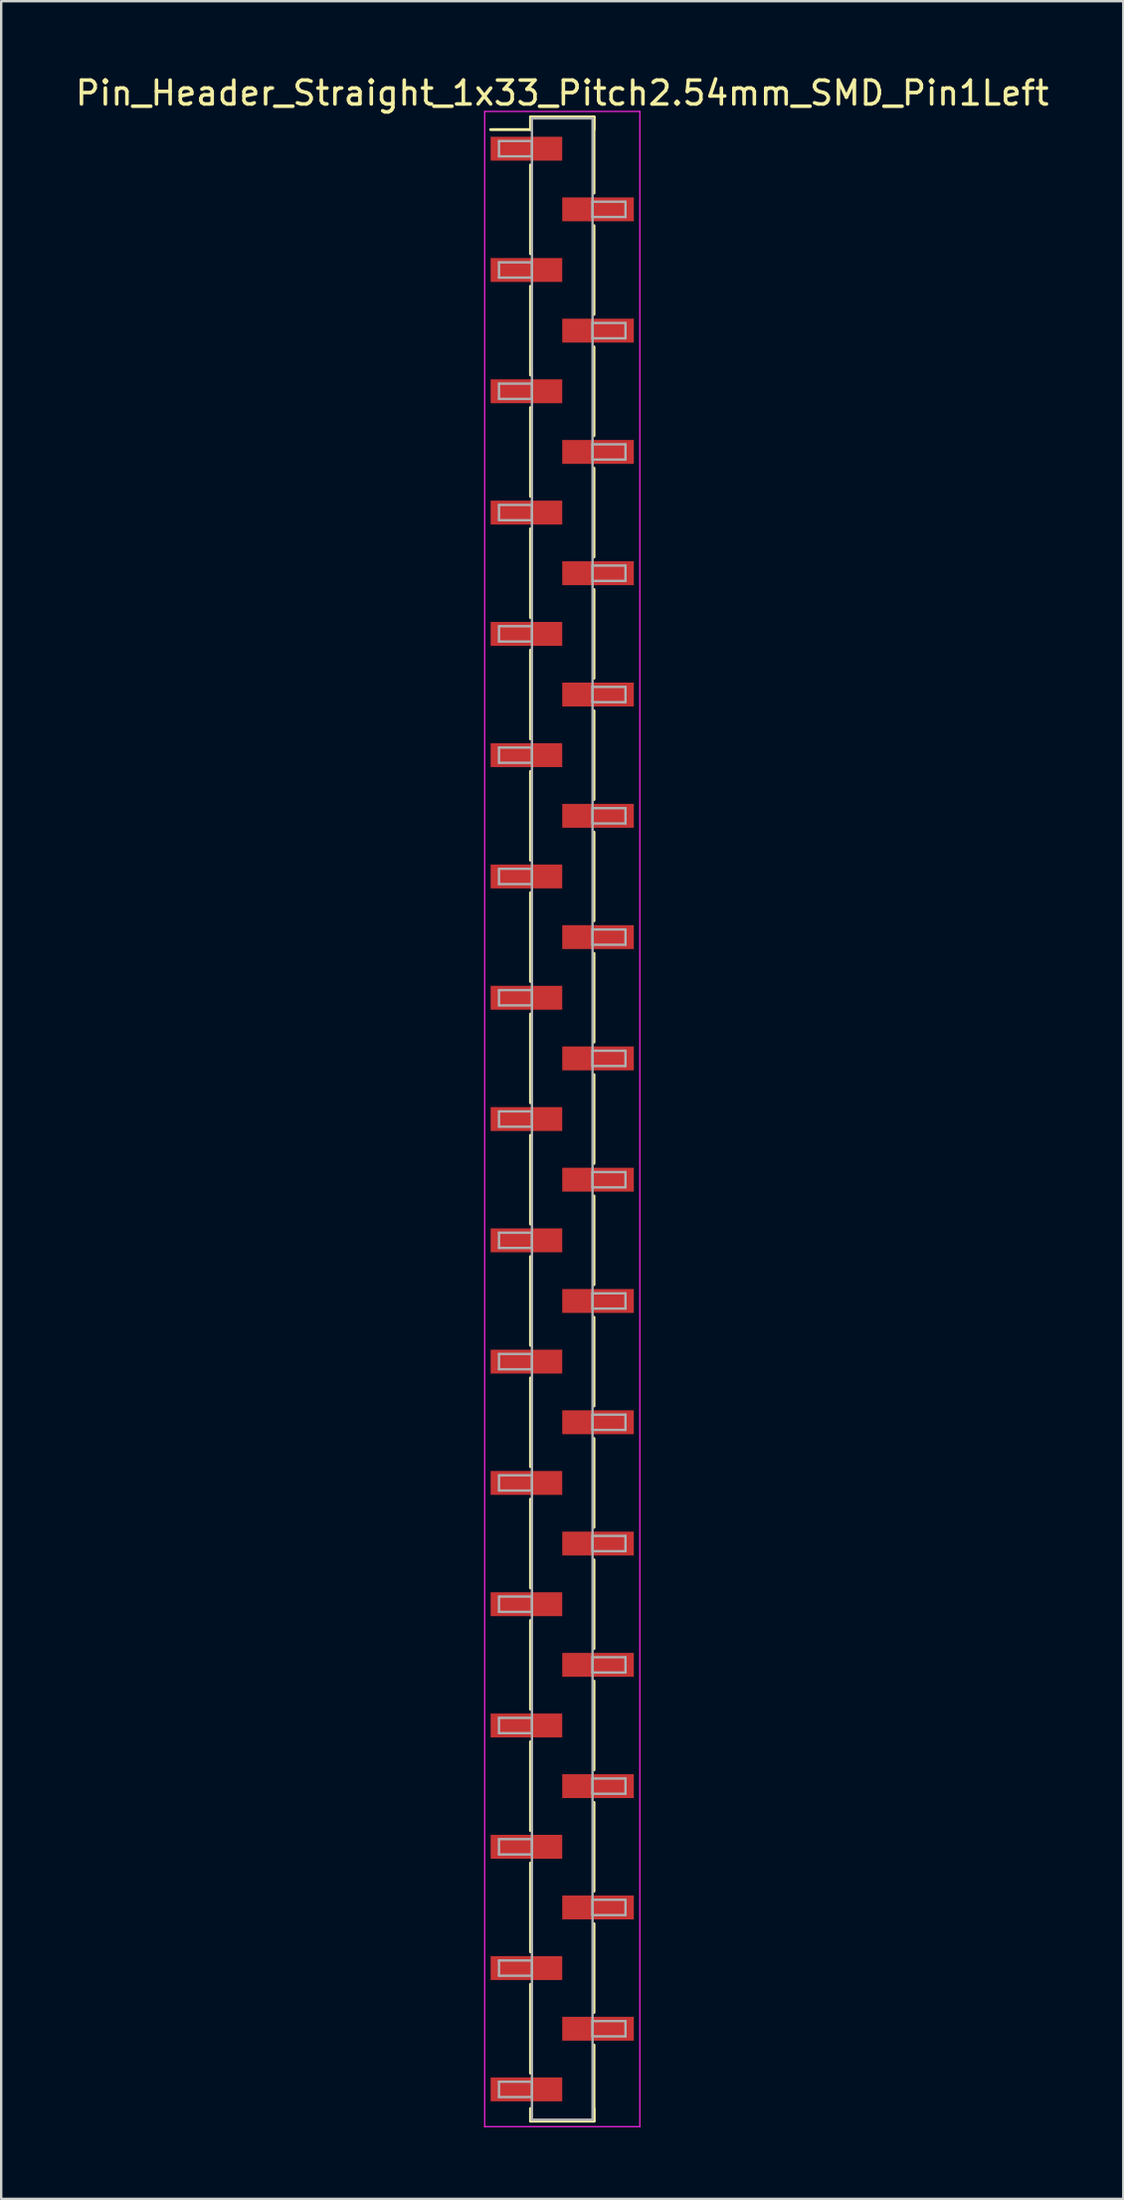
<source format=kicad_pcb>
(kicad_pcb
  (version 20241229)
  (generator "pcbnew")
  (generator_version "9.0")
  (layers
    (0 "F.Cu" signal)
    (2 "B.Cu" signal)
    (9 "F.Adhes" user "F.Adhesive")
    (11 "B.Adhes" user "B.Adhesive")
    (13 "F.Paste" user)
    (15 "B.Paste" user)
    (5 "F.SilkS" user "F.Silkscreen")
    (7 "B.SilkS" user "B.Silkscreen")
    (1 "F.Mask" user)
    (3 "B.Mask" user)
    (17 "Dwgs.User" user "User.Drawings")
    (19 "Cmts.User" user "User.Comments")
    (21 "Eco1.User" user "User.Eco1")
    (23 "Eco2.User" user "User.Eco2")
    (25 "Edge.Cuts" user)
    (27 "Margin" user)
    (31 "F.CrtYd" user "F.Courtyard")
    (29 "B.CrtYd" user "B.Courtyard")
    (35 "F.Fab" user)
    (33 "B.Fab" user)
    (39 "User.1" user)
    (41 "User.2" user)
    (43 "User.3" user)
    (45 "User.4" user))
  (footprint "Pin_Header_Straight_1x33_Pitch2.54mm_SMD_Pin1Left"
    (layer "F.Cu")
    (at 20.506 43.818)
    (property "Reference" "Pin_Header_Straight_1x33_Pitch2.54mm_SMD_Pin1Left" (at 0 -42.97 0) (layer "F.SilkS") (effects (font (size 1 1) (thickness 0.15))))
    (attr smd)
    (fp_line (start -1.33 -41.97) (end 1.33 -41.97) (stroke (width 0.12) (type solid)) (layer "F.SilkS"))
    (fp_line (start -1.33 -41.44) (end -3 -41.44) (stroke (width 0.12) (type solid)) (layer "F.SilkS"))
    (fp_line (start -1.33 -41.44) (end -1.33 -41.97) (stroke (width 0.12) (type solid)) (layer "F.SilkS"))
    (fp_line (start -1.33 -39.96) (end -1.33 -36.24) (stroke (width 0.12) (type solid)) (layer "F.SilkS"))
    (fp_line (start -1.33 -34.88) (end -1.33 -31.16) (stroke (width 0.12) (type solid)) (layer "F.SilkS"))
    (fp_line (start -1.33 -29.8) (end -1.33 -26.08) (stroke (width 0.12) (type solid)) (layer "F.SilkS"))
    (fp_line (start -1.33 -24.72) (end -1.33 -21) (stroke (width 0.12) (type solid)) (layer "F.SilkS"))
    (fp_line (start -1.33 -19.64) (end -1.33 -15.92) (stroke (width 0.12) (type solid)) (layer "F.SilkS"))
    (fp_line (start -1.33 -14.56) (end -1.33 -10.84) (stroke (width 0.12) (type solid)) (layer "F.SilkS"))
    (fp_line (start -1.33 -9.48) (end -1.33 -5.76) (stroke (width 0.12) (type solid)) (layer "F.SilkS"))
    (fp_line (start -1.33 -4.4) (end -1.33 -0.68) (stroke (width 0.12) (type solid)) (layer "F.SilkS"))
    (fp_line (start -1.33 0.68) (end -1.33 4.4) (stroke (width 0.12) (type solid)) (layer "F.SilkS"))
    (fp_line (start -1.33 5.76) (end -1.33 9.48) (stroke (width 0.12) (type solid)) (layer "F.SilkS"))
    (fp_line (start -1.33 10.84) (end -1.33 14.56) (stroke (width 0.12) (type solid)) (layer "F.SilkS"))
    (fp_line (start -1.33 15.92) (end -1.33 19.64) (stroke (width 0.12) (type solid)) (layer "F.SilkS"))
    (fp_line (start -1.33 21) (end -1.33 24.72) (stroke (width 0.12) (type solid)) (layer "F.SilkS"))
    (fp_line (start -1.33 26.08) (end -1.33 29.8) (stroke (width 0.12) (type solid)) (layer "F.SilkS"))
    (fp_line (start -1.33 31.16) (end -1.33 34.88) (stroke (width 0.12) (type solid)) (layer "F.SilkS"))
    (fp_line (start -1.33 36.24) (end -1.33 39.96) (stroke (width 0.12) (type solid)) (layer "F.SilkS"))
    (fp_line (start -1.33 41.44) (end -1.33 41.97) (stroke (width 0.12) (type solid)) (layer "F.SilkS"))
    (fp_line (start -1.33 41.97) (end 1.33 41.97) (stroke (width 0.12) (type solid)) (layer "F.SilkS"))
    (fp_line (start 1.33 -41.97) (end 1.33 -41.44) (stroke (width 0.12) (type solid)) (layer "F.SilkS"))
    (fp_line (start 1.33 -41.97) (end 1.33 -38.78) (stroke (width 0.12) (type solid)) (layer "F.SilkS"))
    (fp_line (start 1.33 -37.42) (end 1.33 -33.7) (stroke (width 0.12) (type solid)) (layer "F.SilkS"))
    (fp_line (start 1.33 -32.34) (end 1.33 -28.62) (stroke (width 0.12) (type solid)) (layer "F.SilkS"))
    (fp_line (start 1.33 -27.26) (end 1.33 -23.54) (stroke (width 0.12) (type solid)) (layer "F.SilkS"))
    (fp_line (start 1.33 -22.18) (end 1.33 -18.46) (stroke (width 0.12) (type solid)) (layer "F.SilkS"))
    (fp_line (start 1.33 -17.1) (end 1.33 -13.38) (stroke (width 0.12) (type solid)) (layer "F.SilkS"))
    (fp_line (start 1.33 -12.02) (end 1.33 -8.3) (stroke (width 0.12) (type solid)) (layer "F.SilkS"))
    (fp_line (start 1.33 -6.94) (end 1.33 -3.22) (stroke (width 0.12) (type solid)) (layer "F.SilkS"))
    (fp_line (start 1.33 -1.86) (end 1.33 1.86) (stroke (width 0.12) (type solid)) (layer "F.SilkS"))
    (fp_line (start 1.33 3.22) (end 1.33 6.94) (stroke (width 0.12) (type solid)) (layer "F.SilkS"))
    (fp_line (start 1.33 8.3) (end 1.33 12.02) (stroke (width 0.12) (type solid)) (layer "F.SilkS"))
    (fp_line (start 1.33 13.38) (end 1.33 17.1) (stroke (width 0.12) (type solid)) (layer "F.SilkS"))
    (fp_line (start 1.33 18.46) (end 1.33 22.18) (stroke (width 0.12) (type solid)) (layer "F.SilkS"))
    (fp_line (start 1.33 23.54) (end 1.33 27.26) (stroke (width 0.12) (type solid)) (layer "F.SilkS"))
    (fp_line (start 1.33 28.62) (end 1.33 32.34) (stroke (width 0.12) (type solid)) (layer "F.SilkS"))
    (fp_line (start 1.33 33.7) (end 1.33 37.42) (stroke (width 0.12) (type solid)) (layer "F.SilkS"))
    (fp_line (start 1.33 38.78) (end 1.33 41.97) (stroke (width 0.12) (type solid)) (layer "F.SilkS"))
    (fp_line (start 1.33 41.97) (end 1.33 41.44) (stroke (width 0.12) (type solid)) (layer "F.SilkS"))
    (fp_line (start -3.25 -42.2) (end -3.25 42.2) (stroke (width 0.05) (type solid)) (layer "F.CrtYd"))
    (fp_line (start -3.25 42.2) (end 3.25 42.2) (stroke (width 0.05) (type solid)) (layer "F.CrtYd"))
    (fp_line (start 3.25 -42.2) (end -3.25 -42.2) (stroke (width 0.05) (type solid)) (layer "F.CrtYd"))
    (fp_line (start 3.25 42.2) (end 3.25 -42.2) (stroke (width 0.05) (type solid)) (layer "F.CrtYd"))
    (fp_line (start -2.65 -40.96) (end -1.27 -40.96) (stroke (width 0.1) (type solid)) (layer "F.Fab"))
    (fp_line (start -2.65 -40.32) (end -2.65 -40.96) (stroke (width 0.1) (type solid)) (layer "F.Fab"))
    (fp_line (start -2.65 -35.88) (end -1.27 -35.88) (stroke (width 0.1) (type solid)) (layer "F.Fab"))
    (fp_line (start -2.65 -35.24) (end -2.65 -35.88) (stroke (width 0.1) (type solid)) (layer "F.Fab"))
    (fp_line (start -2.65 -30.8) (end -1.27 -30.8) (stroke (width 0.1) (type solid)) (layer "F.Fab"))
    (fp_line (start -2.65 -30.16) (end -2.65 -30.8) (stroke (width 0.1) (type solid)) (layer "F.Fab"))
    (fp_line (start -2.65 -25.72) (end -1.27 -25.72) (stroke (width 0.1) (type solid)) (layer "F.Fab"))
    (fp_line (start -2.65 -25.08) (end -2.65 -25.72) (stroke (width 0.1) (type solid)) (layer "F.Fab"))
    (fp_line (start -2.65 -20.64) (end -1.27 -20.64) (stroke (width 0.1) (type solid)) (layer "F.Fab"))
    (fp_line (start -2.65 -20) (end -2.65 -20.64) (stroke (width 0.1) (type solid)) (layer "F.Fab"))
    (fp_line (start -2.65 -15.56) (end -1.27 -15.56) (stroke (width 0.1) (type solid)) (layer "F.Fab"))
    (fp_line (start -2.65 -14.92) (end -2.65 -15.56) (stroke (width 0.1) (type solid)) (layer "F.Fab"))
    (fp_line (start -2.65 -10.48) (end -1.27 -10.48) (stroke (width 0.1) (type solid)) (layer "F.Fab"))
    (fp_line (start -2.65 -9.84) (end -2.65 -10.48) (stroke (width 0.1) (type solid)) (layer "F.Fab"))
    (fp_line (start -2.65 -5.4) (end -1.27 -5.4) (stroke (width 0.1) (type solid)) (layer "F.Fab"))
    (fp_line (start -2.65 -4.76) (end -2.65 -5.4) (stroke (width 0.1) (type solid)) (layer "F.Fab"))
    (fp_line (start -2.65 -0.32) (end -1.27 -0.32) (stroke (width 0.1) (type solid)) (layer "F.Fab"))
    (fp_line (start -2.65 0.32) (end -2.65 -0.32) (stroke (width 0.1) (type solid)) (layer "F.Fab"))
    (fp_line (start -2.65 4.76) (end -1.27 4.76) (stroke (width 0.1) (type solid)) (layer "F.Fab"))
    (fp_line (start -2.65 5.4) (end -2.65 4.76) (stroke (width 0.1) (type solid)) (layer "F.Fab"))
    (fp_line (start -2.65 9.84) (end -1.27 9.84) (stroke (width 0.1) (type solid)) (layer "F.Fab"))
    (fp_line (start -2.65 10.48) (end -2.65 9.84) (stroke (width 0.1) (type solid)) (layer "F.Fab"))
    (fp_line (start -2.65 14.92) (end -1.27 14.92) (stroke (width 0.1) (type solid)) (layer "F.Fab"))
    (fp_line (start -2.65 15.56) (end -2.65 14.92) (stroke (width 0.1) (type solid)) (layer "F.Fab"))
    (fp_line (start -2.65 20) (end -1.27 20) (stroke (width 0.1) (type solid)) (layer "F.Fab"))
    (fp_line (start -2.65 20.64) (end -2.65 20) (stroke (width 0.1) (type solid)) (layer "F.Fab"))
    (fp_line (start -2.65 25.08) (end -1.27 25.08) (stroke (width 0.1) (type solid)) (layer "F.Fab"))
    (fp_line (start -2.65 25.72) (end -2.65 25.08) (stroke (width 0.1) (type solid)) (layer "F.Fab"))
    (fp_line (start -2.65 30.16) (end -1.27 30.16) (stroke (width 0.1) (type solid)) (layer "F.Fab"))
    (fp_line (start -2.65 30.8) (end -2.65 30.16) (stroke (width 0.1) (type solid)) (layer "F.Fab"))
    (fp_line (start -2.65 35.24) (end -1.27 35.24) (stroke (width 0.1) (type solid)) (layer "F.Fab"))
    (fp_line (start -2.65 35.88) (end -2.65 35.24) (stroke (width 0.1) (type solid)) (layer "F.Fab"))
    (fp_line (start -2.65 40.32) (end -1.27 40.32) (stroke (width 0.1) (type solid)) (layer "F.Fab"))
    (fp_line (start -2.65 40.96) (end -2.65 40.32) (stroke (width 0.1) (type solid)) (layer "F.Fab"))
    (fp_line (start -1.27 -41.91) (end -1.27 41.91) (stroke (width 0.1) (type solid)) (layer "F.Fab"))
    (fp_line (start -1.27 -40.96) (end -1.27 -40.32) (stroke (width 0.1) (type solid)) (layer "F.Fab"))
    (fp_line (start -1.27 -40.32) (end -2.65 -40.32) (stroke (width 0.1) (type solid)) (layer "F.Fab"))
    (fp_line (start -1.27 -35.88) (end -1.27 -35.24) (stroke (width 0.1) (type solid)) (layer "F.Fab"))
    (fp_line (start -1.27 -35.24) (end -2.65 -35.24) (stroke (width 0.1) (type solid)) (layer "F.Fab"))
    (fp_line (start -1.27 -30.8) (end -1.27 -30.16) (stroke (width 0.1) (type solid)) (layer "F.Fab"))
    (fp_line (start -1.27 -30.16) (end -2.65 -30.16) (stroke (width 0.1) (type solid)) (layer "F.Fab"))
    (fp_line (start -1.27 -25.72) (end -1.27 -25.08) (stroke (width 0.1) (type solid)) (layer "F.Fab"))
    (fp_line (start -1.27 -25.08) (end -2.65 -25.08) (stroke (width 0.1) (type solid)) (layer "F.Fab"))
    (fp_line (start -1.27 -20.64) (end -1.27 -20) (stroke (width 0.1) (type solid)) (layer "F.Fab"))
    (fp_line (start -1.27 -20) (end -2.65 -20) (stroke (width 0.1) (type solid)) (layer "F.Fab"))
    (fp_line (start -1.27 -15.56) (end -1.27 -14.92) (stroke (width 0.1) (type solid)) (layer "F.Fab"))
    (fp_line (start -1.27 -14.92) (end -2.65 -14.92) (stroke (width 0.1) (type solid)) (layer "F.Fab"))
    (fp_line (start -1.27 -10.48) (end -1.27 -9.84) (stroke (width 0.1) (type solid)) (layer "F.Fab"))
    (fp_line (start -1.27 -9.84) (end -2.65 -9.84) (stroke (width 0.1) (type solid)) (layer "F.Fab"))
    (fp_line (start -1.27 -5.4) (end -1.27 -4.76) (stroke (width 0.1) (type solid)) (layer "F.Fab"))
    (fp_line (start -1.27 -4.76) (end -2.65 -4.76) (stroke (width 0.1) (type solid)) (layer "F.Fab"))
    (fp_line (start -1.27 -0.32) (end -1.27 0.32) (stroke (width 0.1) (type solid)) (layer "F.Fab"))
    (fp_line (start -1.27 0.32) (end -2.65 0.32) (stroke (width 0.1) (type solid)) (layer "F.Fab"))
    (fp_line (start -1.27 4.76) (end -1.27 5.4) (stroke (width 0.1) (type solid)) (layer "F.Fab"))
    (fp_line (start -1.27 5.4) (end -2.65 5.4) (stroke (width 0.1) (type solid)) (layer "F.Fab"))
    (fp_line (start -1.27 9.84) (end -1.27 10.48) (stroke (width 0.1) (type solid)) (layer "F.Fab"))
    (fp_line (start -1.27 10.48) (end -2.65 10.48) (stroke (width 0.1) (type solid)) (layer "F.Fab"))
    (fp_line (start -1.27 14.92) (end -1.27 15.56) (stroke (width 0.1) (type solid)) (layer "F.Fab"))
    (fp_line (start -1.27 15.56) (end -2.65 15.56) (stroke (width 0.1) (type solid)) (layer "F.Fab"))
    (fp_line (start -1.27 20) (end -1.27 20.64) (stroke (width 0.1) (type solid)) (layer "F.Fab"))
    (fp_line (start -1.27 20.64) (end -2.65 20.64) (stroke (width 0.1) (type solid)) (layer "F.Fab"))
    (fp_line (start -1.27 25.08) (end -1.27 25.72) (stroke (width 0.1) (type solid)) (layer "F.Fab"))
    (fp_line (start -1.27 25.72) (end -2.65 25.72) (stroke (width 0.1) (type solid)) (layer "F.Fab"))
    (fp_line (start -1.27 30.16) (end -1.27 30.8) (stroke (width 0.1) (type solid)) (layer "F.Fab"))
    (fp_line (start -1.27 30.8) (end -2.65 30.8) (stroke (width 0.1) (type solid)) (layer "F.Fab"))
    (fp_line (start -1.27 35.24) (end -1.27 35.88) (stroke (width 0.1) (type solid)) (layer "F.Fab"))
    (fp_line (start -1.27 35.88) (end -2.65 35.88) (stroke (width 0.1) (type solid)) (layer "F.Fab"))
    (fp_line (start -1.27 40.32) (end -1.27 40.96) (stroke (width 0.1) (type solid)) (layer "F.Fab"))
    (fp_line (start -1.27 40.96) (end -2.65 40.96) (stroke (width 0.1) (type solid)) (layer "F.Fab"))
    (fp_line (start -1.27 41.91) (end 1.27 41.91) (stroke (width 0.1) (type solid)) (layer "F.Fab"))
    (fp_line (start 1.27 -41.91) (end -1.27 -41.91) (stroke (width 0.1) (type solid)) (layer "F.Fab"))
    (fp_line (start 1.27 -38.42) (end 1.27 -37.78) (stroke (width 0.1) (type solid)) (layer "F.Fab"))
    (fp_line (start 1.27 -37.78) (end 2.65 -37.78) (stroke (width 0.1) (type solid)) (layer "F.Fab"))
    (fp_line (start 1.27 -33.34) (end 1.27 -32.7) (stroke (width 0.1) (type solid)) (layer "F.Fab"))
    (fp_line (start 1.27 -32.7) (end 2.65 -32.7) (stroke (width 0.1) (type solid)) (layer "F.Fab"))
    (fp_line (start 1.27 -28.26) (end 1.27 -27.62) (stroke (width 0.1) (type solid)) (layer "F.Fab"))
    (fp_line (start 1.27 -27.62) (end 2.65 -27.62) (stroke (width 0.1) (type solid)) (layer "F.Fab"))
    (fp_line (start 1.27 -23.18) (end 1.27 -22.54) (stroke (width 0.1) (type solid)) (layer "F.Fab"))
    (fp_line (start 1.27 -22.54) (end 2.65 -22.54) (stroke (width 0.1) (type solid)) (layer "F.Fab"))
    (fp_line (start 1.27 -18.1) (end 1.27 -17.46) (stroke (width 0.1) (type solid)) (layer "F.Fab"))
    (fp_line (start 1.27 -17.46) (end 2.65 -17.46) (stroke (width 0.1) (type solid)) (layer "F.Fab"))
    (fp_line (start 1.27 -13.02) (end 1.27 -12.38) (stroke (width 0.1) (type solid)) (layer "F.Fab"))
    (fp_line (start 1.27 -12.38) (end 2.65 -12.38) (stroke (width 0.1) (type solid)) (layer "F.Fab"))
    (fp_line (start 1.27 -7.94) (end 1.27 -7.3) (stroke (width 0.1) (type solid)) (layer "F.Fab"))
    (fp_line (start 1.27 -7.3) (end 2.65 -7.3) (stroke (width 0.1) (type solid)) (layer "F.Fab"))
    (fp_line (start 1.27 -2.86) (end 1.27 -2.22) (stroke (width 0.1) (type solid)) (layer "F.Fab"))
    (fp_line (start 1.27 -2.22) (end 2.65 -2.22) (stroke (width 0.1) (type solid)) (layer "F.Fab"))
    (fp_line (start 1.27 2.22) (end 1.27 2.86) (stroke (width 0.1) (type solid)) (layer "F.Fab"))
    (fp_line (start 1.27 2.86) (end 2.65 2.86) (stroke (width 0.1) (type solid)) (layer "F.Fab"))
    (fp_line (start 1.27 7.3) (end 1.27 7.94) (stroke (width 0.1) (type solid)) (layer "F.Fab"))
    (fp_line (start 1.27 7.94) (end 2.65 7.94) (stroke (width 0.1) (type solid)) (layer "F.Fab"))
    (fp_line (start 1.27 12.38) (end 1.27 13.02) (stroke (width 0.1) (type solid)) (layer "F.Fab"))
    (fp_line (start 1.27 13.02) (end 2.65 13.02) (stroke (width 0.1) (type solid)) (layer "F.Fab"))
    (fp_line (start 1.27 17.46) (end 1.27 18.1) (stroke (width 0.1) (type solid)) (layer "F.Fab"))
    (fp_line (start 1.27 18.1) (end 2.65 18.1) (stroke (width 0.1) (type solid)) (layer "F.Fab"))
    (fp_line (start 1.27 22.54) (end 1.27 23.18) (stroke (width 0.1) (type solid)) (layer "F.Fab"))
    (fp_line (start 1.27 23.18) (end 2.65 23.18) (stroke (width 0.1) (type solid)) (layer "F.Fab"))
    (fp_line (start 1.27 27.62) (end 1.27 28.26) (stroke (width 0.1) (type solid)) (layer "F.Fab"))
    (fp_line (start 1.27 28.26) (end 2.65 28.26) (stroke (width 0.1) (type solid)) (layer "F.Fab"))
    (fp_line (start 1.27 32.7) (end 1.27 33.34) (stroke (width 0.1) (type solid)) (layer "F.Fab"))
    (fp_line (start 1.27 33.34) (end 2.65 33.34) (stroke (width 0.1) (type solid)) (layer "F.Fab"))
    (fp_line (start 1.27 37.78) (end 1.27 38.42) (stroke (width 0.1) (type solid)) (layer "F.Fab"))
    (fp_line (start 1.27 38.42) (end 2.65 38.42) (stroke (width 0.1) (type solid)) (layer "F.Fab"))
    (fp_line (start 1.27 41.91) (end 1.27 -41.91) (stroke (width 0.1) (type solid)) (layer "F.Fab"))
    (fp_line (start 2.65 -38.42) (end 1.27 -38.42) (stroke (width 0.1) (type solid)) (layer "F.Fab"))
    (fp_line (start 2.65 -37.78) (end 2.65 -38.42) (stroke (width 0.1) (type solid)) (layer "F.Fab"))
    (fp_line (start 2.65 -33.34) (end 1.27 -33.34) (stroke (width 0.1) (type solid)) (layer "F.Fab"))
    (fp_line (start 2.65 -32.7) (end 2.65 -33.34) (stroke (width 0.1) (type solid)) (layer "F.Fab"))
    (fp_line (start 2.65 -28.26) (end 1.27 -28.26) (stroke (width 0.1) (type solid)) (layer "F.Fab"))
    (fp_line (start 2.65 -27.62) (end 2.65 -28.26) (stroke (width 0.1) (type solid)) (layer "F.Fab"))
    (fp_line (start 2.65 -23.18) (end 1.27 -23.18) (stroke (width 0.1) (type solid)) (layer "F.Fab"))
    (fp_line (start 2.65 -22.54) (end 2.65 -23.18) (stroke (width 0.1) (type solid)) (layer "F.Fab"))
    (fp_line (start 2.65 -18.1) (end 1.27 -18.1) (stroke (width 0.1) (type solid)) (layer "F.Fab"))
    (fp_line (start 2.65 -17.46) (end 2.65 -18.1) (stroke (width 0.1) (type solid)) (layer "F.Fab"))
    (fp_line (start 2.65 -13.02) (end 1.27 -13.02) (stroke (width 0.1) (type solid)) (layer "F.Fab"))
    (fp_line (start 2.65 -12.38) (end 2.65 -13.02) (stroke (width 0.1) (type solid)) (layer "F.Fab"))
    (fp_line (start 2.65 -7.94) (end 1.27 -7.94) (stroke (width 0.1) (type solid)) (layer "F.Fab"))
    (fp_line (start 2.65 -7.3) (end 2.65 -7.94) (stroke (width 0.1) (type solid)) (layer "F.Fab"))
    (fp_line (start 2.65 -2.86) (end 1.27 -2.86) (stroke (width 0.1) (type solid)) (layer "F.Fab"))
    (fp_line (start 2.65 -2.22) (end 2.65 -2.86) (stroke (width 0.1) (type solid)) (layer "F.Fab"))
    (fp_line (start 2.65 2.22) (end 1.27 2.22) (stroke (width 0.1) (type solid)) (layer "F.Fab"))
    (fp_line (start 2.65 2.86) (end 2.65 2.22) (stroke (width 0.1) (type solid)) (layer "F.Fab"))
    (fp_line (start 2.65 7.3) (end 1.27 7.3) (stroke (width 0.1) (type solid)) (layer "F.Fab"))
    (fp_line (start 2.65 7.94) (end 2.65 7.3) (stroke (width 0.1) (type solid)) (layer "F.Fab"))
    (fp_line (start 2.65 12.38) (end 1.27 12.38) (stroke (width 0.1) (type solid)) (layer "F.Fab"))
    (fp_line (start 2.65 13.02) (end 2.65 12.38) (stroke (width 0.1) (type solid)) (layer "F.Fab"))
    (fp_line (start 2.65 17.46) (end 1.27 17.46) (stroke (width 0.1) (type solid)) (layer "F.Fab"))
    (fp_line (start 2.65 18.1) (end 2.65 17.46) (stroke (width 0.1) (type solid)) (layer "F.Fab"))
    (fp_line (start 2.65 22.54) (end 1.27 22.54) (stroke (width 0.1) (type solid)) (layer "F.Fab"))
    (fp_line (start 2.65 23.18) (end 2.65 22.54) (stroke (width 0.1) (type solid)) (layer "F.Fab"))
    (fp_line (start 2.65 27.62) (end 1.27 27.62) (stroke (width 0.1) (type solid)) (layer "F.Fab"))
    (fp_line (start 2.65 28.26) (end 2.65 27.62) (stroke (width 0.1) (type solid)) (layer "F.Fab"))
    (fp_line (start 2.65 32.7) (end 1.27 32.7) (stroke (width 0.1) (type solid)) (layer "F.Fab"))
    (fp_line (start 2.65 33.34) (end 2.65 32.7) (stroke (width 0.1) (type solid)) (layer "F.Fab"))
    (fp_line (start 2.65 37.78) (end 1.27 37.78) (stroke (width 0.1) (type solid)) (layer "F.Fab"))
    (fp_line (start 2.65 38.42) (end 2.65 37.78) (stroke (width 0.1) (type solid)) (layer "F.Fab"))
    (pad "1" smd rect (at -1.5 -40.64) (size 3 1) (layers "F.Cu" "F.Mask"))
    (pad "2" smd rect (at 1.5 -38.1) (size 3 1) (layers "F.Cu" "F.Mask"))
    (pad "3" smd rect (at -1.5 -35.56) (size 3 1) (layers "F.Cu" "F.Mask"))
    (pad "4" smd rect (at 1.5 -33.02) (size 3 1) (layers "F.Cu" "F.Mask"))
    (pad "5" smd rect (at -1.5 -30.48) (size 3 1) (layers "F.Cu" "F.Mask"))
    (pad "6" smd rect (at 1.5 -27.94) (size 3 1) (layers "F.Cu" "F.Mask"))
    (pad "7" smd rect (at -1.5 -25.4) (size 3 1) (layers "F.Cu" "F.Mask"))
    (pad "8" smd rect (at 1.5 -22.86) (size 3 1) (layers "F.Cu" "F.Mask"))
    (pad "9" smd rect (at -1.5 -20.32) (size 3 1) (layers "F.Cu" "F.Mask"))
    (pad "10" smd rect (at 1.5 -17.78) (size 3 1) (layers "F.Cu" "F.Mask"))
    (pad "11" smd rect (at -1.5 -15.24) (size 3 1) (layers "F.Cu" "F.Mask"))
    (pad "12" smd rect (at 1.5 -12.7) (size 3 1) (layers "F.Cu" "F.Mask"))
    (pad "13" smd rect (at -1.5 -10.16) (size 3 1) (layers "F.Cu" "F.Mask"))
    (pad "14" smd rect (at 1.5 -7.62) (size 3 1) (layers "F.Cu" "F.Mask"))
    (pad "15" smd rect (at -1.5 -5.08) (size 3 1) (layers "F.Cu" "F.Mask"))
    (pad "16" smd rect (at 1.5 -2.54) (size 3 1) (layers "F.Cu" "F.Mask"))
    (pad "17" smd rect (at -1.5 0) (size 3 1) (layers "F.Cu" "F.Mask"))
    (pad "18" smd rect (at 1.5 2.54) (size 3 1) (layers "F.Cu" "F.Mask"))
    (pad "19" smd rect (at -1.5 5.08) (size 3 1) (layers "F.Cu" "F.Mask"))
    (pad "20" smd rect (at 1.5 7.62) (size 3 1) (layers "F.Cu" "F.Mask"))
    (pad "21" smd rect (at -1.5 10.16) (size 3 1) (layers "F.Cu" "F.Mask"))
    (pad "22" smd rect (at 1.5 12.7) (size 3 1) (layers "F.Cu" "F.Mask"))
    (pad "23" smd rect (at -1.5 15.24) (size 3 1) (layers "F.Cu" "F.Mask"))
    (pad "24" smd rect (at 1.5 17.78) (size 3 1) (layers "F.Cu" "F.Mask"))
    (pad "25" smd rect (at -1.5 20.32) (size 3 1) (layers "F.Cu" "F.Mask"))
    (pad "26" smd rect (at 1.5 22.86) (size 3 1) (layers "F.Cu" "F.Mask"))
    (pad "27" smd rect (at -1.5 25.4) (size 3 1) (layers "F.Cu" "F.Mask"))
    (pad "28" smd rect (at 1.5 27.94) (size 3 1) (layers "F.Cu" "F.Mask"))
    (pad "29" smd rect (at -1.5 30.48) (size 3 1) (layers "F.Cu" "F.Mask"))
    (pad "30" smd rect (at 1.5 33.02) (size 3 1) (layers "F.Cu" "F.Mask"))
    (pad "31" smd rect (at -1.5 35.56) (size 3 1) (layers "F.Cu" "F.Mask"))
    (pad "32" smd rect (at 1.5 38.1) (size 3 1) (layers "F.Cu" "F.Mask"))
    (pad "33" smd rect (at -1.5 40.64) (size 3 1) (layers "F.Cu" "F.Mask")))
  (gr_rect
    (start -3 -3)
    (end 44.012 89.043)
    (stroke (width 0.1) (type default))
    (fill no)
    (layer "Edge.Cuts")))
</source>
